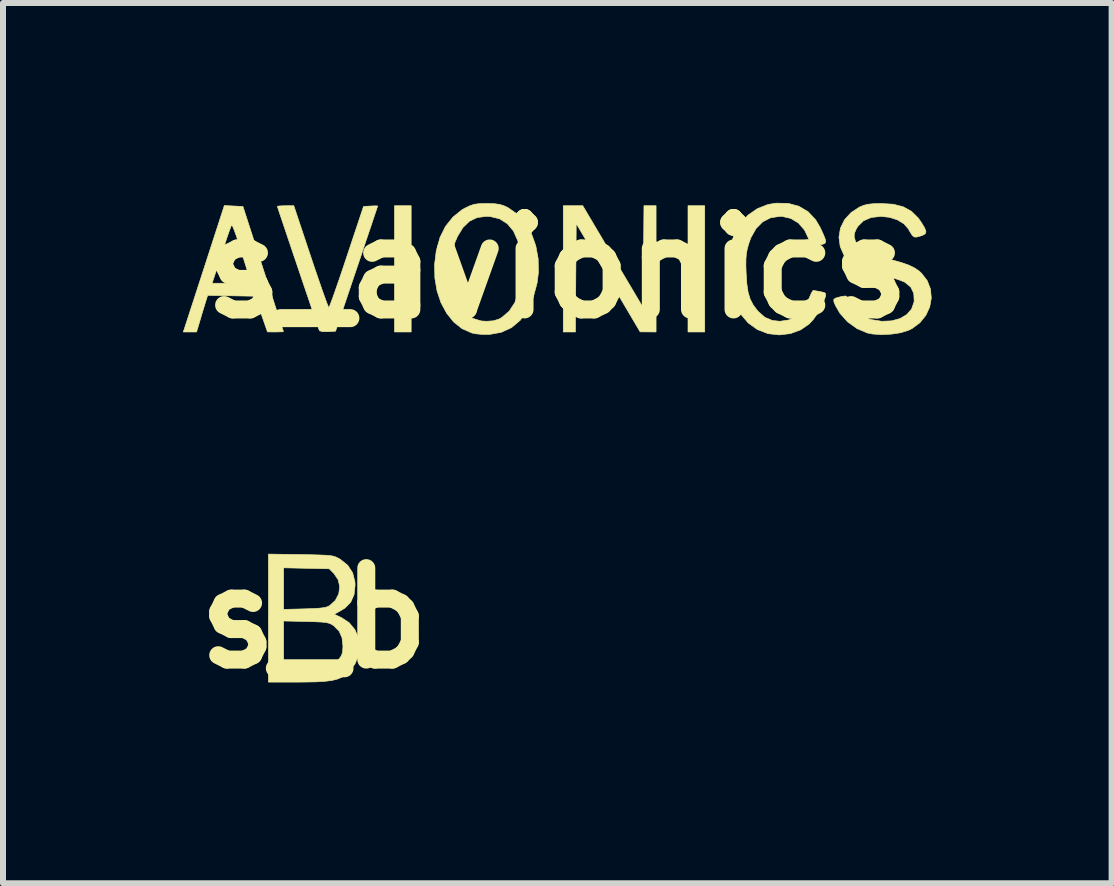
<source format=kicad_pcb>
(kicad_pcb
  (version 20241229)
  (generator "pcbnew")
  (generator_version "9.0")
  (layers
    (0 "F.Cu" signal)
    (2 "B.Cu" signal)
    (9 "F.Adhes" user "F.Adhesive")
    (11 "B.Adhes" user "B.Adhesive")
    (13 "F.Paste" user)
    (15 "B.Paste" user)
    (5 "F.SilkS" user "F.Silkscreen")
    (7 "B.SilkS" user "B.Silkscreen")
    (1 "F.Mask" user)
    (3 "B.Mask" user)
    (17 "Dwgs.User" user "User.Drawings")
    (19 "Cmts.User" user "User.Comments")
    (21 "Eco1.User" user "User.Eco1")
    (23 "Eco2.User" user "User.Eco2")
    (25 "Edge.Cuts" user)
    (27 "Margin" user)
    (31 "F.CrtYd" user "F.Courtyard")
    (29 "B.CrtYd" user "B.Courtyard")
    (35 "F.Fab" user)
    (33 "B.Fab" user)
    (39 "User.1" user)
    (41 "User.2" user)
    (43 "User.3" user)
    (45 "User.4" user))
  (footprint "s_avionics"
    (layer "F.Cu")
    (at 6.237 1.418)
    (property "Reference" "s_avionics" (at 0 0 0) (layer "F.SilkS") (effects (font (size 1.524 1.524) (thickness 0.3))))
    (attr through_hole)
    (fp_poly (pts (xy -2.434 1.065) (xy -2.712 1.065) (xy -2.712 -1.039) (xy -2.434 -1.039) (xy -2.434 1.065)) (stroke (width 0.01) (type solid)) (fill yes) (layer "F.SilkS"))
    (fp_poly (pts (xy 2.459 1.065) (xy 2.18 1.065) (xy 2.18 -1.039) (xy 2.459 -1.039) (xy 2.459 1.065)) (stroke (width 0.01) (type solid)) (fill yes) (layer "F.SilkS"))
    (fp_poly (pts (xy 0.929 -0.19) (xy 1.432 0.659) (xy 1.439 -0.19) (xy 1.446 -1.039) (xy 1.648 -1.039) (xy 1.648 1.065) (xy 1.515 1.064) (xy 1.382 1.063) (xy 0.849 0.16) (xy 0.317 -0.742) (xy 0.31 0.161) (xy 0.304 1.065) (xy 0.101 1.065) (xy 0.101 -1.039) (xy 0.426 -1.039) (xy 0.929 -0.19)) (stroke (width 0.01) (type solid)) (fill yes) (layer "F.SilkS"))
    (fp_poly (pts (xy -4.107 -0.19) (xy -4.041 0.007) (xy -3.979 0.187) (xy -3.924 0.347) (xy -3.877 0.479) (xy -3.841 0.578) (xy -3.816 0.64) (xy -3.806 0.659) (xy -3.795 0.636) (xy -3.769 0.57) (xy -3.731 0.467) (xy -3.684 0.332) (xy -3.628 0.171) (xy -3.566 -0.012) (xy -3.509 -0.184) (xy -3.228 -1.027) (xy -3.11 -1.034) (xy -3.041 -1.037) (xy -2.998 -1.036) (xy -2.992 -1.034) (xy -3 -1.01) (xy -3.023 -0.942) (xy -3.059 -0.835) (xy -3.105 -0.696) (xy -3.162 -0.528) (xy -3.226 -0.337) (xy -3.296 -0.128) (xy -3.344 0.013) (xy -3.694 1.052) (xy -3.824 1.06) (xy -3.915 1.059) (xy -3.961 1.044) (xy -3.967 1.034) (xy -3.981 0.995) (xy -4.008 0.916) (xy -4.047 0.803) (xy -4.095 0.662) (xy -4.15 0.498) (xy -4.211 0.319) (xy -4.275 0.13) (xy -4.34 -0.063) (xy -4.405 -0.254) (xy -4.466 -0.436) (xy -4.523 -0.605) (xy -4.573 -0.754) (xy -4.614 -0.876) (xy -4.644 -0.966) (xy -4.661 -1.018) (xy -4.664 -1.029) (xy -4.641 -1.034) (xy -4.582 -1.038) (xy -4.527 -1.039) (xy -4.39 -1.039) (xy -4.107 -0.19)) (stroke (width 0.01) (type solid)) (fill yes) (layer "F.SilkS"))
    (fp_poly (pts (xy -5.238 -1.027) (xy -4.901 0.013) (xy -4.83 0.232) (xy -4.764 0.435) (xy -4.705 0.618) (xy -4.654 0.776) (xy -4.612 0.904) (xy -4.583 0.996) (xy -4.566 1.048) (xy -4.563 1.058) (xy -4.586 1.062) (xy -4.645 1.064) (xy -4.696 1.065) (xy -4.829 1.064) (xy -5.037 0.469) (xy -5.826 0.455) (xy -5.852 0.538) (xy -5.871 0.6) (xy -5.9 0.694) (xy -5.933 0.803) (xy -5.944 0.843) (xy -6.011 1.065) (xy -6.232 1.065) (xy -6.172 0.881) (xy -6.15 0.813) (xy -6.115 0.705) (xy -6.068 0.562) (xy -6.013 0.392) (xy -5.968 0.253) (xy -5.752 0.253) (xy -5.099 0.253) (xy -5.157 0.07) (xy -5.188 -0.03) (xy -5.229 -0.16) (xy -5.274 -0.303) (xy -5.312 -0.425) (xy -5.349 -0.539) (xy -5.383 -0.632) (xy -5.409 -0.694) (xy -5.425 -0.717) (xy -5.427 -0.716) (xy -5.44 -0.687) (xy -5.466 -0.617) (xy -5.501 -0.517) (xy -5.542 -0.392) (xy -5.575 -0.292) (xy -5.621 -0.151) (xy -5.662 -0.023) (xy -5.696 0.083) (xy -5.72 0.157) (xy -5.729 0.184) (xy -5.752 0.253) (xy -5.968 0.253) (xy -5.951 0.201) (xy -5.885 -0.002) (xy -5.83 -0.172) (xy -5.548 -1.042) (xy -5.238 -1.027)) (stroke (width 0.01) (type solid)) (fill yes) (layer "F.SilkS"))
    (fp_poly (pts (xy -1.168 -1.076) (xy -1.05 -1.073) (xy -0.964 -1.062) (xy -0.892 -1.041) (xy -0.822 -1.008) (xy -0.666 -0.9) (xy -0.534 -0.753) (xy -0.43 -0.575) (xy -0.357 -0.373) (xy -0.317 -0.154) (xy -0.313 0.074) (xy -0.335 0.249) (xy -0.402 0.498) (xy -0.496 0.705) (xy -0.616 0.87) (xy -0.761 0.992) (xy -0.933 1.071) (xy -1.128 1.106) (xy -1.135 1.106) (xy -1.245 1.106) (xy -1.354 1.096) (xy -1.421 1.082) (xy -1.584 1.011) (xy -1.725 0.899) (xy -1.843 0.752) (xy -1.937 0.577) (xy -2.003 0.38) (xy -2.039 0.166) (xy -2.042 0.026) (xy -1.763 0.026) (xy -1.755 0.197) (xy -1.734 0.351) (xy -1.703 0.458) (xy -1.62 0.631) (xy -1.522 0.757) (xy -1.406 0.839) (xy -1.269 0.881) (xy -1.179 0.887) (xy -1.064 0.879) (xy -0.975 0.852) (xy -0.929 0.828) (xy -0.802 0.721) (xy -0.705 0.574) (xy -0.639 0.387) (xy -0.603 0.161) (xy -0.597 -0.013) (xy -0.612 -0.254) (xy -0.657 -0.456) (xy -0.73 -0.619) (xy -0.832 -0.74) (xy -0.96 -0.821) (xy -1.116 -0.859) (xy -1.184 -0.862) (xy -1.334 -0.842) (xy -1.462 -0.781) (xy -1.57 -0.677) (xy -1.662 -0.527) (xy -1.703 -0.432) (xy -1.737 -0.306) (xy -1.757 -0.148) (xy -1.763 0.026) (xy -2.042 0.026) (xy -2.044 -0.058) (xy -2.016 -0.285) (xy -1.953 -0.511) (xy -1.95 -0.518) (xy -1.861 -0.696) (xy -1.737 -0.85) (xy -1.589 -0.97) (xy -1.534 -1.001) (xy -1.452 -1.04) (xy -1.382 -1.063) (xy -1.304 -1.073) (xy -1.199 -1.076) (xy -1.168 -1.076)) (stroke (width 0.01) (type solid)) (fill yes) (layer "F.SilkS"))
    (fp_poly (pts (xy 3.851 -1.078) (xy 4.029 -1.03) (xy 4.182 -0.939) (xy 4.307 -0.806) (xy 4.383 -0.677) (xy 4.435 -0.564) (xy 4.466 -0.488) (xy 4.475 -0.441) (xy 4.464 -0.414) (xy 4.432 -0.399) (xy 4.405 -0.393) (xy 4.334 -0.378) (xy 4.28 -0.365) (xy 4.28 -0.365) (xy 4.249 -0.371) (xy 4.221 -0.413) (xy 4.197 -0.475) (xy 4.124 -0.631) (xy 4.022 -0.75) (xy 3.895 -0.827) (xy 3.749 -0.861) (xy 3.715 -0.862) (xy 3.559 -0.839) (xy 3.425 -0.771) (xy 3.314 -0.659) (xy 3.227 -0.503) (xy 3.192 -0.405) (xy 3.168 -0.318) (xy 3.153 -0.238) (xy 3.146 -0.15) (xy 3.145 -0.039) (xy 3.149 0.084) (xy 3.161 0.263) (xy 3.182 0.403) (xy 3.216 0.517) (xy 3.267 0.615) (xy 3.339 0.71) (xy 3.35 0.723) (xy 3.461 0.821) (xy 3.588 0.874) (xy 3.714 0.887) (xy 3.865 0.864) (xy 3.995 0.794) (xy 4.105 0.679) (xy 4.193 0.519) (xy 4.203 0.494) (xy 4.233 0.425) (xy 4.258 0.381) (xy 4.269 0.372) (xy 4.302 0.378) (xy 4.365 0.389) (xy 4.386 0.393) (xy 4.45 0.407) (xy 4.475 0.427) (xy 4.473 0.465) (xy 4.47 0.478) (xy 4.426 0.601) (xy 4.354 0.736) (xy 4.267 0.859) (xy 4.2 0.931) (xy 4.057 1.03) (xy 3.888 1.092) (xy 3.705 1.114) (xy 3.519 1.094) (xy 3.511 1.092) (xy 3.335 1.024) (xy 3.182 0.913) (xy 3.055 0.763) (xy 2.956 0.575) (xy 2.886 0.353) (xy 2.85 0.119) (xy 2.846 -0.127) (xy 2.881 -0.354) (xy 2.949 -0.558) (xy 3.05 -0.735) (xy 3.179 -0.881) (xy 3.335 -0.99) (xy 3.514 -1.06) (xy 3.648 -1.082) (xy 3.851 -1.078)) (stroke (width 0.01) (type solid)) (fill yes) (layer "F.SilkS"))
    (fp_poly (pts (xy 5.602 -1.064) (xy 5.768 -1.021) (xy 5.904 -0.946) (xy 6.017 -0.835) (xy 6.07 -0.76) (xy 6.124 -0.67) (xy 6.146 -0.611) (xy 6.136 -0.573) (xy 6.093 -0.547) (xy 6.054 -0.534) (xy 5.993 -0.517) (xy 5.952 -0.518) (xy 5.92 -0.542) (xy 5.883 -0.599) (xy 5.851 -0.656) (xy 5.78 -0.737) (xy 5.672 -0.803) (xy 5.539 -0.846) (xy 5.395 -0.861) (xy 5.394 -0.861) (xy 5.232 -0.843) (xy 5.104 -0.787) (xy 5.011 -0.695) (xy 4.983 -0.648) (xy 4.954 -0.579) (xy 4.949 -0.526) (xy 4.967 -0.459) (xy 4.971 -0.447) (xy 5.012 -0.366) (xy 5.076 -0.301) (xy 5.172 -0.249) (xy 5.306 -0.203) (xy 5.407 -0.178) (xy 5.599 -0.131) (xy 5.75 -0.088) (xy 5.867 -0.046) (xy 5.958 -0.001) (xy 6.032 0.05) (xy 6.071 0.085) (xy 6.168 0.211) (xy 6.222 0.351) (xy 6.235 0.5) (xy 6.209 0.648) (xy 6.145 0.787) (xy 6.046 0.91) (xy 5.913 1.009) (xy 5.85 1.039) (xy 5.724 1.078) (xy 5.569 1.101) (xy 5.406 1.109) (xy 5.255 1.099) (xy 5.17 1.082) (xy 4.997 1.009) (xy 4.84 0.896) (xy 4.712 0.753) (xy 4.638 0.625) (xy 4.612 0.563) (xy 4.609 0.525) (xy 4.636 0.502) (xy 4.702 0.483) (xy 4.754 0.471) (xy 4.807 0.465) (xy 4.837 0.484) (xy 4.862 0.54) (xy 4.863 0.543) (xy 4.916 0.634) (xy 5.002 0.724) (xy 5.106 0.802) (xy 5.212 0.853) (xy 5.233 0.859) (xy 5.41 0.887) (xy 5.572 0.88) (xy 5.713 0.842) (xy 5.827 0.775) (xy 5.907 0.682) (xy 5.948 0.564) (xy 5.95 0.551) (xy 5.943 0.422) (xy 5.893 0.317) (xy 5.799 0.239) (xy 5.785 0.231) (xy 5.723 0.206) (xy 5.626 0.173) (xy 5.507 0.137) (xy 5.387 0.104) (xy 5.204 0.053) (xy 5.063 0.006) (xy 4.958 -0.042) (xy 4.879 -0.095) (xy 4.819 -0.156) (xy 4.785 -0.204) (xy 4.717 -0.358) (xy 4.696 -0.514) (xy 4.721 -0.666) (xy 4.789 -0.805) (xy 4.898 -0.925) (xy 5.039 -1.017) (xy 5.109 -1.046) (xy 5.182 -1.064) (xy 5.274 -1.073) (xy 5.399 -1.076) (xy 5.602 -1.064)) (stroke (width 0.01) (type solid)) (fill yes) (layer "F.SilkS")))
  (footprint "s_b"
    (layer "F.Cu")
    (at 2.184 7.254)
    (property "Reference" "s_b" (at 0 0 0) (layer "F.SilkS") (effects (font (size 1.524 1.524) (thickness 0.3))))
    (attr through_hole)
    (fp_poly (pts (xy -0.222 -1.061) (xy -0.043 -1.058) (xy 0.092 -1.054) (xy 0.193 -1.05) (xy 0.265 -1.044) (xy 0.319 -1.035) (xy 0.36 -1.022) (xy 0.398 -1.004) (xy 0.437 -0.982) (xy 0.562 -0.882) (xy 0.644 -0.756) (xy 0.682 -0.606) (xy 0.684 -0.548) (xy 0.667 -0.392) (xy 0.612 -0.268) (xy 0.517 -0.17) (xy 0.459 -0.134) (xy 0.337 -0.066) (xy 0.457 -0.01) (xy 0.586 0.075) (xy 0.681 0.19) (xy 0.739 0.325) (xy 0.759 0.471) (xy 0.741 0.621) (xy 0.682 0.764) (xy 0.596 0.877) (xy 0.535 0.935) (xy 0.47 0.98) (xy 0.394 1.013) (xy 0.3 1.037) (xy 0.181 1.052) (xy 0.029 1.061) (xy -0.163 1.064) (xy -0.271 1.065) (xy -0.76 1.065) (xy -0.76 0.837) (xy -0.507 0.837) (xy -0.201 0.837) (xy -0.069 0.834) (xy 0.055 0.828) (xy 0.158 0.818) (xy 0.217 0.808) (xy 0.34 0.752) (xy 0.406 0.693) (xy 0.452 0.632) (xy 0.475 0.571) (xy 0.481 0.488) (xy 0.482 0.467) (xy 0.467 0.326) (xy 0.419 0.217) (xy 0.334 0.13) (xy 0.324 0.122) (xy 0.287 0.099) (xy 0.248 0.083) (xy 0.196 0.071) (xy 0.122 0.064) (xy 0.017 0.059) (xy -0.13 0.055) (xy -0.133 0.055) (xy -0.507 0.046) (xy -0.507 0.837) (xy -0.76 0.837) (xy -0.76 -0.147) (xy -0.507 -0.147) (xy -0.157 -0.156) (xy -0.008 -0.161) (xy 0.099 -0.168) (xy 0.174 -0.178) (xy 0.226 -0.192) (xy 0.262 -0.211) (xy 0.356 -0.298) (xy 0.412 -0.406) (xy 0.428 -0.524) (xy 0.403 -0.639) (xy 0.335 -0.741) (xy 0.333 -0.744) (xy 0.253 -0.824) (xy -0.127 -0.832) (xy -0.507 -0.84) (xy -0.507 -0.147) (xy -0.76 -0.147) (xy -0.76 -1.069) (xy -0.222 -1.061)) (stroke (width 0.01) (type solid)) (fill yes) (layer "F.SilkS")))
  (gr_rect
    (start -3 -3)
    (end 15.478 11.672)
    (stroke (width 0.1) (type default))
    (fill no)
    (layer "Edge.Cuts")))
</source>
